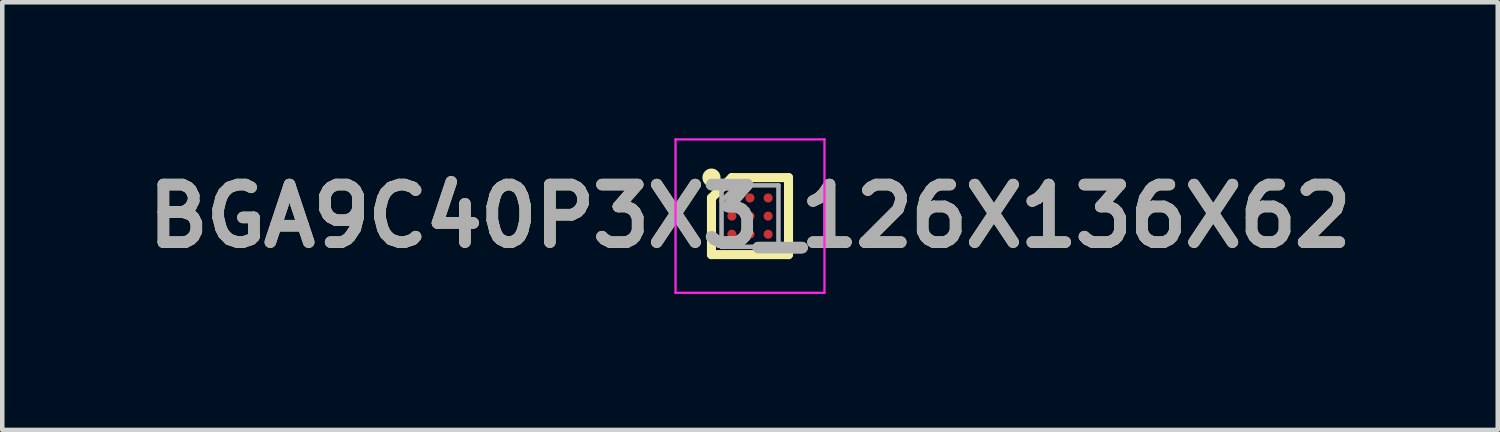
<source format=kicad_pcb>
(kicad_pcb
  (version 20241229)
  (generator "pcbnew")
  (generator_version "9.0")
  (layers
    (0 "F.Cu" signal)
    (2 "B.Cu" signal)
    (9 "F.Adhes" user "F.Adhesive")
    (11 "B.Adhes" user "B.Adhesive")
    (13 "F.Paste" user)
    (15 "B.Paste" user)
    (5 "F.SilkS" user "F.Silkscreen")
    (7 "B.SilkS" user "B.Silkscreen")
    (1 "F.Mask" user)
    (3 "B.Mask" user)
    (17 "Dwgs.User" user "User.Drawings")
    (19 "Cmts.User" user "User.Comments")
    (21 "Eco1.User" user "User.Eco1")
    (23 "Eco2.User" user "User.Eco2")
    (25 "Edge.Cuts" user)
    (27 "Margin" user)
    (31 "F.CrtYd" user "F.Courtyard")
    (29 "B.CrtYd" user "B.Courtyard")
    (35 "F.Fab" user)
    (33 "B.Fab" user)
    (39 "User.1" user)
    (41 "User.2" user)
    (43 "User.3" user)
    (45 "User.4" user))
  (footprint "BGA9C40P3X3_126X136X62"
    (layer "F.Cu")
    (at 13.498 1.718)
    (property "Reference" "BGA9C40P3X3_126X136X62" (at 0 0 0) (layer "F.SilkS") (effects (font (size 1.27 1.27) (thickness 0.254))))
    (attr smd)
    (fp_line (start -0.85 -0.4) (end -0.4 -0.85) (stroke (width 0.2) (type solid)) (layer "F.SilkS"))
    (fp_line (start -0.85 0.85) (end -0.85 -0.4) (stroke (width 0.2) (type solid)) (layer "F.SilkS"))
    (fp_line (start -0.4 -0.85) (end 0.85 -0.85) (stroke (width 0.2) (type solid)) (layer "F.SilkS"))
    (fp_line (start 0.85 -0.85) (end 0.85 0.85) (stroke (width 0.2) (type solid)) (layer "F.SilkS"))
    (fp_line (start 0.85 0.85) (end -0.85 0.85) (stroke (width 0.2) (type solid)) (layer "F.SilkS"))
    (fp_circle (center -0.85 -0.85) (end -0.85 -0.75) (stroke (width 0.2) (type solid)) (fill no) (layer "F.SilkS"))
    (fp_line (start -1.643 -1.693) (end 1.643 -1.693) (stroke (width 0.05) (type solid)) (layer "F.CrtYd"))
    (fp_line (start -1.643 1.693) (end -1.643 -1.693) (stroke (width 0.05) (type solid)) (layer "F.CrtYd"))
    (fp_line (start 1.643 -1.693) (end 1.643 1.693) (stroke (width 0.05) (type solid)) (layer "F.CrtYd"))
    (fp_line (start 1.643 1.693) (end -1.643 1.693) (stroke (width 0.05) (type solid)) (layer "F.CrtYd"))
    (fp_line (start -0.628 -0.678) (end 0.628 -0.678) (stroke (width 0.1) (type solid)) (layer "F.Fab"))
    (fp_line (start -0.628 -0.332) (end -0.282 -0.678) (stroke (width 0.1) (type solid)) (layer "F.Fab"))
    (fp_line (start -0.628 0.678) (end -0.628 -0.678) (stroke (width 0.1) (type solid)) (layer "F.Fab"))
    (fp_line (start 0.628 -0.678) (end 0.628 0.678) (stroke (width 0.1) (type solid)) (layer "F.Fab"))
    (fp_line (start 0.628 0.678) (end -0.628 0.678) (stroke (width 0.1) (type solid)) (layer "F.Fab"))
    (fp_text user "${REFERENCE}" (at 0 0 0) (layer "F.Fab") (effects (font (size 1.27 1.27) (thickness 0.254))))
    (pad "A1" smd circle (at -0.4 -0.4 90) (size 0.2 0.2) (layers "F.Cu" "F.Mask" "F.Paste"))
    (pad "A2" smd circle (at 0 -0.4 90) (size 0.2 0.2) (layers "F.Cu" "F.Mask" "F.Paste"))
    (pad "A3" smd circle (at 0.4 -0.4 90) (size 0.2 0.2) (layers "F.Cu" "F.Mask" "F.Paste"))
    (pad "B1" smd circle (at -0.4 0 90) (size 0.2 0.2) (layers "F.Cu" "F.Mask" "F.Paste"))
    (pad "B2" smd circle (at 0 0 90) (size 0.2 0.2) (layers "F.Cu" "F.Mask" "F.Paste"))
    (pad "B3" smd circle (at 0.4 0 90) (size 0.2 0.2) (layers "F.Cu" "F.Mask" "F.Paste"))
    (pad "C1" smd circle (at -0.4 0.4 90) (size 0.2 0.2) (layers "F.Cu" "F.Mask" "F.Paste"))
    (pad "C2" smd circle (at 0 0.4 90) (size 0.2 0.2) (layers "F.Cu" "F.Mask" "F.Paste"))
    (pad "C3" smd circle (at 0.4 0.4 90) (size 0.2 0.2) (layers "F.Cu" "F.Mask" "F.Paste")))
  (gr_rect
    (start -3 -3)
    (end 29.997 6.436)
    (stroke (width 0.1) (type default))
    (fill no)
    (layer "Edge.Cuts")))
</source>
